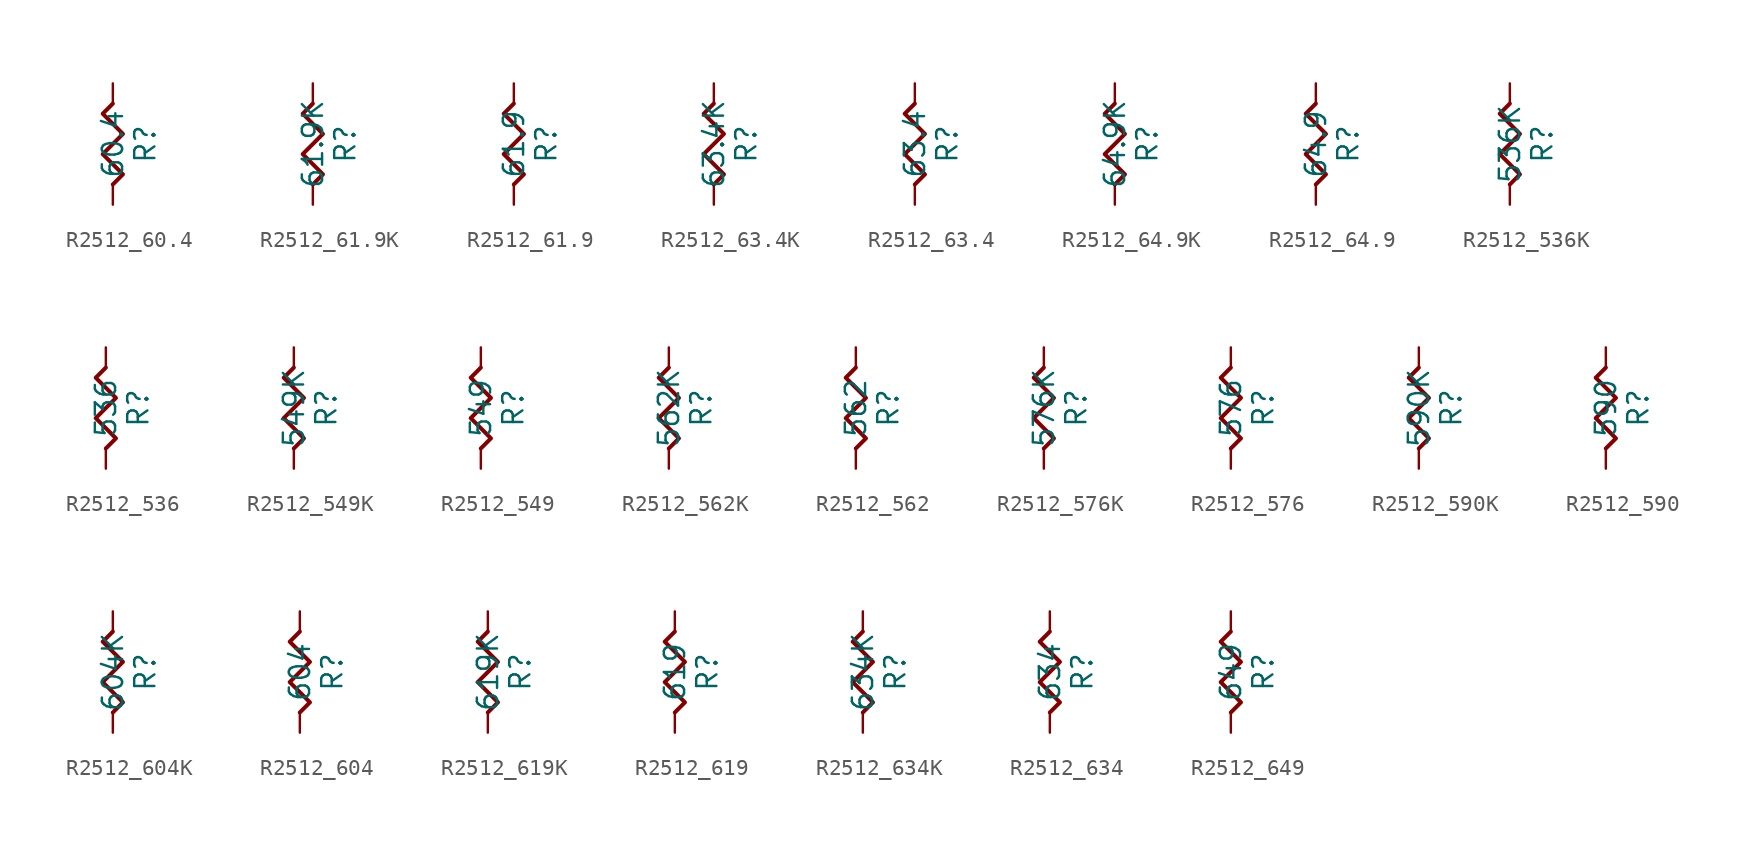
<source format=kicad_sym>
(kicad_symbol_lib
  (version 20211014)
  (generator atlantix-eda)
  (symbol "R2512_60.4"
    (pin_numbers hide)
    (pin_names
      (offset 0))
    (property "Reference" "R"
      (at 2.032 0 90)
      (effects (font (size 1.27 1.27))))
    (property "Value" "60.4"
      (at 0 0 90)
      (effects (font (size 1.27 1.27))))
    (symbol "R2512_60.4_0_1"
      (polyline (pts (xy 0 -2.54) (xy 0.635 -1.905) (xy -0.635 -0.635) (xy 0.635 0.635) (xy -0.635 1.905) (xy 0 2.54)) (stroke (width 0.254) (type default) (color 0 0 0 0)) (fill (type none))))
    (symbol "R2512_60.4_1_1"
      (pin passive line (at 0 3.81 270) (length 1.27) (name "~" (effects (font (size 1.27 1.27)))) (number "1" (effects (font (size 1.27 1.27)))))
      (pin passive line (at 0 -3.81 90) (length 1.27) (name "~" (effects (font (size 1.27 1.27)))) (number "2" (effects (font (size 1.27 1.27)))))))
  (symbol "R2512_61.9K"
    (pin_numbers hide)
    (pin_names
      (offset 0))
    (property "Reference" "R"
      (at 2.032 0 90)
      (effects (font (size 1.27 1.27))))
    (property "Value" "61.9K"
      (at 0 0 90)
      (effects (font (size 1.27 1.27))))
    (symbol "R2512_61.9K_0_1"
      (polyline (pts (xy 0 -2.54) (xy 0.635 -1.905) (xy -0.635 -0.635) (xy 0.635 0.635) (xy -0.635 1.905) (xy 0 2.54)) (stroke (width 0.254) (type default) (color 0 0 0 0)) (fill (type none))))
    (symbol "R2512_61.9K_1_1"
      (pin passive line (at 0 3.81 270) (length 1.27) (name "~" (effects (font (size 1.27 1.27)))) (number "1" (effects (font (size 1.27 1.27)))))
      (pin passive line (at 0 -3.81 90) (length 1.27) (name "~" (effects (font (size 1.27 1.27)))) (number "2" (effects (font (size 1.27 1.27)))))))
  (symbol "R2512_61.9"
    (pin_numbers hide)
    (pin_names
      (offset 0))
    (property "Reference" "R"
      (at 2.032 0 90)
      (effects (font (size 1.27 1.27))))
    (property "Value" "61.9"
      (at 0 0 90)
      (effects (font (size 1.27 1.27))))
    (symbol "R2512_61.9_0_1"
      (polyline (pts (xy 0 -2.54) (xy 0.635 -1.905) (xy -0.635 -0.635) (xy 0.635 0.635) (xy -0.635 1.905) (xy 0 2.54)) (stroke (width 0.254) (type default) (color 0 0 0 0)) (fill (type none))))
    (symbol "R2512_61.9_1_1"
      (pin passive line (at 0 3.81 270) (length 1.27) (name "~" (effects (font (size 1.27 1.27)))) (number "1" (effects (font (size 1.27 1.27)))))
      (pin passive line (at 0 -3.81 90) (length 1.27) (name "~" (effects (font (size 1.27 1.27)))) (number "2" (effects (font (size 1.27 1.27)))))))
  (symbol "R2512_63.4K"
    (pin_numbers hide)
    (pin_names
      (offset 0))
    (property "Reference" "R"
      (at 2.032 0 90)
      (effects (font (size 1.27 1.27))))
    (property "Value" "63.4K"
      (at 0 0 90)
      (effects (font (size 1.27 1.27))))
    (symbol "R2512_63.4K_0_1"
      (polyline (pts (xy 0 -2.54) (xy 0.635 -1.905) (xy -0.635 -0.635) (xy 0.635 0.635) (xy -0.635 1.905) (xy 0 2.54)) (stroke (width 0.254) (type default) (color 0 0 0 0)) (fill (type none))))
    (symbol "R2512_63.4K_1_1"
      (pin passive line (at 0 3.81 270) (length 1.27) (name "~" (effects (font (size 1.27 1.27)))) (number "1" (effects (font (size 1.27 1.27)))))
      (pin passive line (at 0 -3.81 90) (length 1.27) (name "~" (effects (font (size 1.27 1.27)))) (number "2" (effects (font (size 1.27 1.27)))))))
  (symbol "R2512_63.4"
    (pin_numbers hide)
    (pin_names
      (offset 0))
    (property "Reference" "R"
      (at 2.032 0 90)
      (effects (font (size 1.27 1.27))))
    (property "Value" "63.4"
      (at 0 0 90)
      (effects (font (size 1.27 1.27))))
    (symbol "R2512_63.4_0_1"
      (polyline (pts (xy 0 -2.54) (xy 0.635 -1.905) (xy -0.635 -0.635) (xy 0.635 0.635) (xy -0.635 1.905) (xy 0 2.54)) (stroke (width 0.254) (type default) (color 0 0 0 0)) (fill (type none))))
    (symbol "R2512_63.4_1_1"
      (pin passive line (at 0 3.81 270) (length 1.27) (name "~" (effects (font (size 1.27 1.27)))) (number "1" (effects (font (size 1.27 1.27)))))
      (pin passive line (at 0 -3.81 90) (length 1.27) (name "~" (effects (font (size 1.27 1.27)))) (number "2" (effects (font (size 1.27 1.27)))))))
  (symbol "R2512_64.9K"
    (pin_numbers hide)
    (pin_names
      (offset 0))
    (property "Reference" "R"
      (at 2.032 0 90)
      (effects (font (size 1.27 1.27))))
    (property "Value" "64.9K"
      (at 0 0 90)
      (effects (font (size 1.27 1.27))))
    (symbol "R2512_64.9K_0_1"
      (polyline (pts (xy 0 -2.54) (xy 0.635 -1.905) (xy -0.635 -0.635) (xy 0.635 0.635) (xy -0.635 1.905) (xy 0 2.54)) (stroke (width 0.254) (type default) (color 0 0 0 0)) (fill (type none))))
    (symbol "R2512_64.9K_1_1"
      (pin passive line (at 0 3.81 270) (length 1.27) (name "~" (effects (font (size 1.27 1.27)))) (number "1" (effects (font (size 1.27 1.27)))))
      (pin passive line (at 0 -3.81 90) (length 1.27) (name "~" (effects (font (size 1.27 1.27)))) (number "2" (effects (font (size 1.27 1.27)))))))
  (symbol "R2512_64.9"
    (pin_numbers hide)
    (pin_names
      (offset 0))
    (property "Reference" "R"
      (at 2.032 0 90)
      (effects (font (size 1.27 1.27))))
    (property "Value" "64.9"
      (at 0 0 90)
      (effects (font (size 1.27 1.27))))
    (symbol "R2512_64.9_0_1"
      (polyline (pts (xy 0 -2.54) (xy 0.635 -1.905) (xy -0.635 -0.635) (xy 0.635 0.635) (xy -0.635 1.905) (xy 0 2.54)) (stroke (width 0.254) (type default) (color 0 0 0 0)) (fill (type none))))
    (symbol "R2512_64.9_1_1"
      (pin passive line (at 0 3.81 270) (length 1.27) (name "~" (effects (font (size 1.27 1.27)))) (number "1" (effects (font (size 1.27 1.27)))))
      (pin passive line (at 0 -3.81 90) (length 1.27) (name "~" (effects (font (size 1.27 1.27)))) (number "2" (effects (font (size 1.27 1.27)))))))
  (symbol "R2512_536K"
    (pin_numbers hide)
    (pin_names
      (offset 0))
    (property "Reference" "R"
      (at 2.032 0 90)
      (effects (font (size 1.27 1.27))))
    (property "Value" "536K"
      (at 0 0 90)
      (effects (font (size 1.27 1.27))))
    (symbol "R2512_536K_0_1"
      (polyline (pts (xy 0 -2.54) (xy 0.635 -1.905) (xy -0.635 -0.635) (xy 0.635 0.635) (xy -0.635 1.905) (xy 0 2.54)) (stroke (width 0.254) (type default) (color 0 0 0 0)) (fill (type none))))
    (symbol "R2512_536K_1_1"
      (pin passive line (at 0 3.81 270) (length 1.27) (name "~" (effects (font (size 1.27 1.27)))) (number "1" (effects (font (size 1.27 1.27)))))
      (pin passive line (at 0 -3.81 90) (length 1.27) (name "~" (effects (font (size 1.27 1.27)))) (number "2" (effects (font (size 1.27 1.27)))))))
  (symbol "R2512_536"
    (pin_numbers hide)
    (pin_names
      (offset 0))
    (property "Reference" "R"
      (at 2.032 0 90)
      (effects (font (size 1.27 1.27))))
    (property "Value" "536"
      (at 0 0 90)
      (effects (font (size 1.27 1.27))))
    (symbol "R2512_536_0_1"
      (polyline (pts (xy 0 -2.54) (xy 0.635 -1.905) (xy -0.635 -0.635) (xy 0.635 0.635) (xy -0.635 1.905) (xy 0 2.54)) (stroke (width 0.254) (type default) (color 0 0 0 0)) (fill (type none))))
    (symbol "R2512_536_1_1"
      (pin passive line (at 0 3.81 270) (length 1.27) (name "~" (effects (font (size 1.27 1.27)))) (number "1" (effects (font (size 1.27 1.27)))))
      (pin passive line (at 0 -3.81 90) (length 1.27) (name "~" (effects (font (size 1.27 1.27)))) (number "2" (effects (font (size 1.27 1.27)))))))
  (symbol "R2512_549K"
    (pin_numbers hide)
    (pin_names
      (offset 0))
    (property "Reference" "R"
      (at 2.032 0 90)
      (effects (font (size 1.27 1.27))))
    (property "Value" "549K"
      (at 0 0 90)
      (effects (font (size 1.27 1.27))))
    (symbol "R2512_549K_0_1"
      (polyline (pts (xy 0 -2.54) (xy 0.635 -1.905) (xy -0.635 -0.635) (xy 0.635 0.635) (xy -0.635 1.905) (xy 0 2.54)) (stroke (width 0.254) (type default) (color 0 0 0 0)) (fill (type none))))
    (symbol "R2512_549K_1_1"
      (pin passive line (at 0 3.81 270) (length 1.27) (name "~" (effects (font (size 1.27 1.27)))) (number "1" (effects (font (size 1.27 1.27)))))
      (pin passive line (at 0 -3.81 90) (length 1.27) (name "~" (effects (font (size 1.27 1.27)))) (number "2" (effects (font (size 1.27 1.27)))))))
  (symbol "R2512_549"
    (pin_numbers hide)
    (pin_names
      (offset 0))
    (property "Reference" "R"
      (at 2.032 0 90)
      (effects (font (size 1.27 1.27))))
    (property "Value" "549"
      (at 0 0 90)
      (effects (font (size 1.27 1.27))))
    (symbol "R2512_549_0_1"
      (polyline (pts (xy 0 -2.54) (xy 0.635 -1.905) (xy -0.635 -0.635) (xy 0.635 0.635) (xy -0.635 1.905) (xy 0 2.54)) (stroke (width 0.254) (type default) (color 0 0 0 0)) (fill (type none))))
    (symbol "R2512_549_1_1"
      (pin passive line (at 0 3.81 270) (length 1.27) (name "~" (effects (font (size 1.27 1.27)))) (number "1" (effects (font (size 1.27 1.27)))))
      (pin passive line (at 0 -3.81 90) (length 1.27) (name "~" (effects (font (size 1.27 1.27)))) (number "2" (effects (font (size 1.27 1.27)))))))
  (symbol "R2512_562K"
    (pin_numbers hide)
    (pin_names
      (offset 0))
    (property "Reference" "R"
      (at 2.032 0 90)
      (effects (font (size 1.27 1.27))))
    (property "Value" "562K"
      (at 0 0 90)
      (effects (font (size 1.27 1.27))))
    (symbol "R2512_562K_0_1"
      (polyline (pts (xy 0 -2.54) (xy 0.635 -1.905) (xy -0.635 -0.635) (xy 0.635 0.635) (xy -0.635 1.905) (xy 0 2.54)) (stroke (width 0.254) (type default) (color 0 0 0 0)) (fill (type none))))
    (symbol "R2512_562K_1_1"
      (pin passive line (at 0 3.81 270) (length 1.27) (name "~" (effects (font (size 1.27 1.27)))) (number "1" (effects (font (size 1.27 1.27)))))
      (pin passive line (at 0 -3.81 90) (length 1.27) (name "~" (effects (font (size 1.27 1.27)))) (number "2" (effects (font (size 1.27 1.27)))))))
  (symbol "R2512_562"
    (pin_numbers hide)
    (pin_names
      (offset 0))
    (property "Reference" "R"
      (at 2.032 0 90)
      (effects (font (size 1.27 1.27))))
    (property "Value" "562"
      (at 0 0 90)
      (effects (font (size 1.27 1.27))))
    (symbol "R2512_562_0_1"
      (polyline (pts (xy 0 -2.54) (xy 0.635 -1.905) (xy -0.635 -0.635) (xy 0.635 0.635) (xy -0.635 1.905) (xy 0 2.54)) (stroke (width 0.254) (type default) (color 0 0 0 0)) (fill (type none))))
    (symbol "R2512_562_1_1"
      (pin passive line (at 0 3.81 270) (length 1.27) (name "~" (effects (font (size 1.27 1.27)))) (number "1" (effects (font (size 1.27 1.27)))))
      (pin passive line (at 0 -3.81 90) (length 1.27) (name "~" (effects (font (size 1.27 1.27)))) (number "2" (effects (font (size 1.27 1.27)))))))
  (symbol "R2512_576K"
    (pin_numbers hide)
    (pin_names
      (offset 0))
    (property "Reference" "R"
      (at 2.032 0 90)
      (effects (font (size 1.27 1.27))))
    (property "Value" "576K"
      (at 0 0 90)
      (effects (font (size 1.27 1.27))))
    (symbol "R2512_576K_0_1"
      (polyline (pts (xy 0 -2.54) (xy 0.635 -1.905) (xy -0.635 -0.635) (xy 0.635 0.635) (xy -0.635 1.905) (xy 0 2.54)) (stroke (width 0.254) (type default) (color 0 0 0 0)) (fill (type none))))
    (symbol "R2512_576K_1_1"
      (pin passive line (at 0 3.81 270) (length 1.27) (name "~" (effects (font (size 1.27 1.27)))) (number "1" (effects (font (size 1.27 1.27)))))
      (pin passive line (at 0 -3.81 90) (length 1.27) (name "~" (effects (font (size 1.27 1.27)))) (number "2" (effects (font (size 1.27 1.27)))))))
  (symbol "R2512_576"
    (pin_numbers hide)
    (pin_names
      (offset 0))
    (property "Reference" "R"
      (at 2.032 0 90)
      (effects (font (size 1.27 1.27))))
    (property "Value" "576"
      (at 0 0 90)
      (effects (font (size 1.27 1.27))))
    (symbol "R2512_576_0_1"
      (polyline (pts (xy 0 -2.54) (xy 0.635 -1.905) (xy -0.635 -0.635) (xy 0.635 0.635) (xy -0.635 1.905) (xy 0 2.54)) (stroke (width 0.254) (type default) (color 0 0 0 0)) (fill (type none))))
    (symbol "R2512_576_1_1"
      (pin passive line (at 0 3.81 270) (length 1.27) (name "~" (effects (font (size 1.27 1.27)))) (number "1" (effects (font (size 1.27 1.27)))))
      (pin passive line (at 0 -3.81 90) (length 1.27) (name "~" (effects (font (size 1.27 1.27)))) (number "2" (effects (font (size 1.27 1.27)))))))
  (symbol "R2512_590K"
    (pin_numbers hide)
    (pin_names
      (offset 0))
    (property "Reference" "R"
      (at 2.032 0 90)
      (effects (font (size 1.27 1.27))))
    (property "Value" "590K"
      (at 0 0 90)
      (effects (font (size 1.27 1.27))))
    (symbol "R2512_590K_0_1"
      (polyline (pts (xy 0 -2.54) (xy 0.635 -1.905) (xy -0.635 -0.635) (xy 0.635 0.635) (xy -0.635 1.905) (xy 0 2.54)) (stroke (width 0.254) (type default) (color 0 0 0 0)) (fill (type none))))
    (symbol "R2512_590K_1_1"
      (pin passive line (at 0 3.81 270) (length 1.27) (name "~" (effects (font (size 1.27 1.27)))) (number "1" (effects (font (size 1.27 1.27)))))
      (pin passive line (at 0 -3.81 90) (length 1.27) (name "~" (effects (font (size 1.27 1.27)))) (number "2" (effects (font (size 1.27 1.27)))))))
  (symbol "R2512_590"
    (pin_numbers hide)
    (pin_names
      (offset 0))
    (property "Reference" "R"
      (at 2.032 0 90)
      (effects (font (size 1.27 1.27))))
    (property "Value" "590"
      (at 0 0 90)
      (effects (font (size 1.27 1.27))))
    (symbol "R2512_590_0_1"
      (polyline (pts (xy 0 -2.54) (xy 0.635 -1.905) (xy -0.635 -0.635) (xy 0.635 0.635) (xy -0.635 1.905) (xy 0 2.54)) (stroke (width 0.254) (type default) (color 0 0 0 0)) (fill (type none))))
    (symbol "R2512_590_1_1"
      (pin passive line (at 0 3.81 270) (length 1.27) (name "~" (effects (font (size 1.27 1.27)))) (number "1" (effects (font (size 1.27 1.27)))))
      (pin passive line (at 0 -3.81 90) (length 1.27) (name "~" (effects (font (size 1.27 1.27)))) (number "2" (effects (font (size 1.27 1.27)))))))
  (symbol "R2512_604K"
    (pin_numbers hide)
    (pin_names
      (offset 0))
    (property "Reference" "R"
      (at 2.032 0 90)
      (effects (font (size 1.27 1.27))))
    (property "Value" "604K"
      (at 0 0 90)
      (effects (font (size 1.27 1.27))))
    (symbol "R2512_604K_0_1"
      (polyline (pts (xy 0 -2.54) (xy 0.635 -1.905) (xy -0.635 -0.635) (xy 0.635 0.635) (xy -0.635 1.905) (xy 0 2.54)) (stroke (width 0.254) (type default) (color 0 0 0 0)) (fill (type none))))
    (symbol "R2512_604K_1_1"
      (pin passive line (at 0 3.81 270) (length 1.27) (name "~" (effects (font (size 1.27 1.27)))) (number "1" (effects (font (size 1.27 1.27)))))
      (pin passive line (at 0 -3.81 90) (length 1.27) (name "~" (effects (font (size 1.27 1.27)))) (number "2" (effects (font (size 1.27 1.27)))))))
  (symbol "R2512_604"
    (pin_numbers hide)
    (pin_names
      (offset 0))
    (property "Reference" "R"
      (at 2.032 0 90)
      (effects (font (size 1.27 1.27))))
    (property "Value" "604"
      (at 0 0 90)
      (effects (font (size 1.27 1.27))))
    (symbol "R2512_604_0_1"
      (polyline (pts (xy 0 -2.54) (xy 0.635 -1.905) (xy -0.635 -0.635) (xy 0.635 0.635) (xy -0.635 1.905) (xy 0 2.54)) (stroke (width 0.254) (type default) (color 0 0 0 0)) (fill (type none))))
    (symbol "R2512_604_1_1"
      (pin passive line (at 0 3.81 270) (length 1.27) (name "~" (effects (font (size 1.27 1.27)))) (number "1" (effects (font (size 1.27 1.27)))))
      (pin passive line (at 0 -3.81 90) (length 1.27) (name "~" (effects (font (size 1.27 1.27)))) (number "2" (effects (font (size 1.27 1.27)))))))
  (symbol "R2512_619K"
    (pin_numbers hide)
    (pin_names
      (offset 0))
    (property "Reference" "R"
      (at 2.032 0 90)
      (effects (font (size 1.27 1.27))))
    (property "Value" "619K"
      (at 0 0 90)
      (effects (font (size 1.27 1.27))))
    (symbol "R2512_619K_0_1"
      (polyline (pts (xy 0 -2.54) (xy 0.635 -1.905) (xy -0.635 -0.635) (xy 0.635 0.635) (xy -0.635 1.905) (xy 0 2.54)) (stroke (width 0.254) (type default) (color 0 0 0 0)) (fill (type none))))
    (symbol "R2512_619K_1_1"
      (pin passive line (at 0 3.81 270) (length 1.27) (name "~" (effects (font (size 1.27 1.27)))) (number "1" (effects (font (size 1.27 1.27)))))
      (pin passive line (at 0 -3.81 90) (length 1.27) (name "~" (effects (font (size 1.27 1.27)))) (number "2" (effects (font (size 1.27 1.27)))))))
  (symbol "R2512_619"
    (pin_numbers hide)
    (pin_names
      (offset 0))
    (property "Reference" "R"
      (at 2.032 0 90)
      (effects (font (size 1.27 1.27))))
    (property "Value" "619"
      (at 0 0 90)
      (effects (font (size 1.27 1.27))))
    (symbol "R2512_619_0_1"
      (polyline (pts (xy 0 -2.54) (xy 0.635 -1.905) (xy -0.635 -0.635) (xy 0.635 0.635) (xy -0.635 1.905) (xy 0 2.54)) (stroke (width 0.254) (type default) (color 0 0 0 0)) (fill (type none))))
    (symbol "R2512_619_1_1"
      (pin passive line (at 0 3.81 270) (length 1.27) (name "~" (effects (font (size 1.27 1.27)))) (number "1" (effects (font (size 1.27 1.27)))))
      (pin passive line (at 0 -3.81 90) (length 1.27) (name "~" (effects (font (size 1.27 1.27)))) (number "2" (effects (font (size 1.27 1.27)))))))
  (symbol "R2512_634K"
    (pin_numbers hide)
    (pin_names
      (offset 0))
    (property "Reference" "R"
      (at 2.032 0 90)
      (effects (font (size 1.27 1.27))))
    (property "Value" "634K"
      (at 0 0 90)
      (effects (font (size 1.27 1.27))))
    (symbol "R2512_634K_0_1"
      (polyline (pts (xy 0 -2.54) (xy 0.635 -1.905) (xy -0.635 -0.635) (xy 0.635 0.635) (xy -0.635 1.905) (xy 0 2.54)) (stroke (width 0.254) (type default) (color 0 0 0 0)) (fill (type none))))
    (symbol "R2512_634K_1_1"
      (pin passive line (at 0 3.81 270) (length 1.27) (name "~" (effects (font (size 1.27 1.27)))) (number "1" (effects (font (size 1.27 1.27)))))
      (pin passive line (at 0 -3.81 90) (length 1.27) (name "~" (effects (font (size 1.27 1.27)))) (number "2" (effects (font (size 1.27 1.27)))))))
  (symbol "R2512_634"
    (pin_numbers hide)
    (pin_names
      (offset 0))
    (property "Reference" "R"
      (at 2.032 0 90)
      (effects (font (size 1.27 1.27))))
    (property "Value" "634"
      (at 0 0 90)
      (effects (font (size 1.27 1.27))))
    (symbol "R2512_634_0_1"
      (polyline (pts (xy 0 -2.54) (xy 0.635 -1.905) (xy -0.635 -0.635) (xy 0.635 0.635) (xy -0.635 1.905) (xy 0 2.54)) (stroke (width 0.254) (type default) (color 0 0 0 0)) (fill (type none))))
    (symbol "R2512_634_1_1"
      (pin passive line (at 0 3.81 270) (length 1.27) (name "~" (effects (font (size 1.27 1.27)))) (number "1" (effects (font (size 1.27 1.27)))))
      (pin passive line (at 0 -3.81 90) (length 1.27) (name "~" (effects (font (size 1.27 1.27)))) (number "2" (effects (font (size 1.27 1.27)))))))
  (symbol "R2512_649"
    (pin_numbers hide)
    (pin_names
      (offset 0))
    (property "Reference" "R"
      (at 2.032 0 90)
      (effects (font (size 1.27 1.27))))
    (property "Value" "649"
      (at 0 0 90)
      (effects (font (size 1.27 1.27))))
    (symbol "R2512_649_0_1"
      (polyline (pts (xy 0 -2.54) (xy 0.635 -1.905) (xy -0.635 -0.635) (xy 0.635 0.635) (xy -0.635 1.905) (xy 0 2.54)) (stroke (width 0.254) (type default) (color 0 0 0 0)) (fill (type none))))
    (symbol "R2512_649_1_1"
      (pin passive line (at 0 3.81 270) (length 1.27) (name "~" (effects (font (size 1.27 1.27)))) (number "1" (effects (font (size 1.27 1.27)))))
      (pin passive line (at 0 -3.81 90) (length 1.27) (name "~" (effects (font (size 1.27 1.27)))) (number "2" (effects (font (size 1.27 1.27))))))))
</source>
